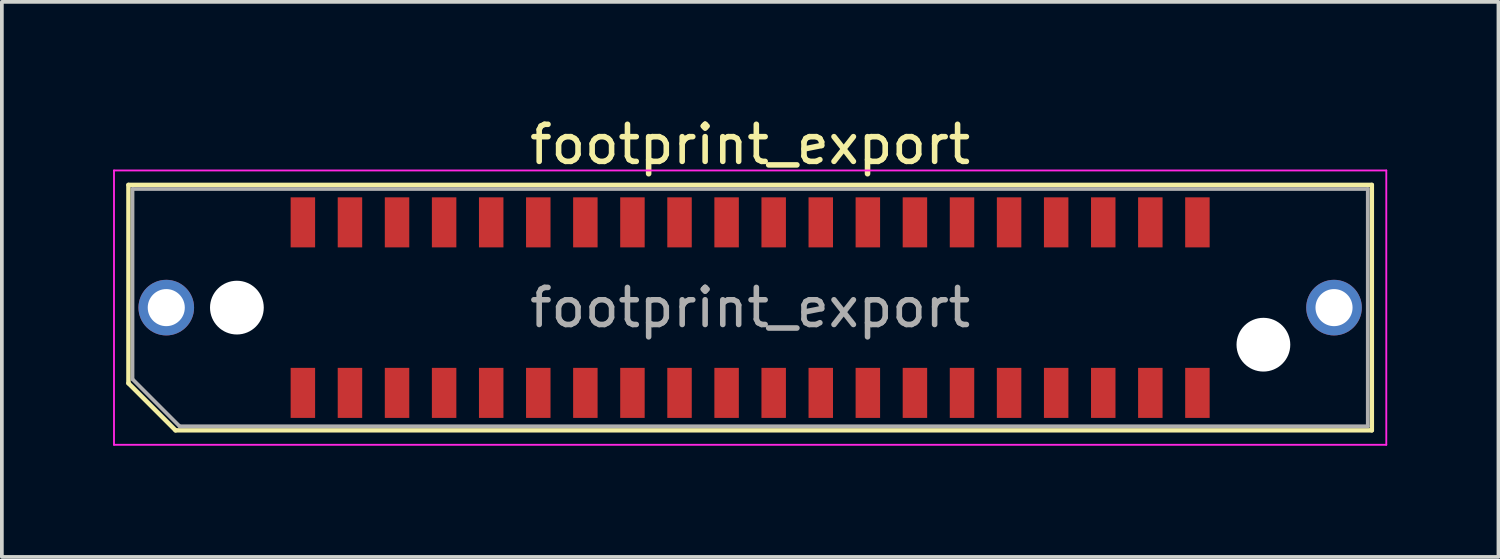
<source format=kicad_pcb>
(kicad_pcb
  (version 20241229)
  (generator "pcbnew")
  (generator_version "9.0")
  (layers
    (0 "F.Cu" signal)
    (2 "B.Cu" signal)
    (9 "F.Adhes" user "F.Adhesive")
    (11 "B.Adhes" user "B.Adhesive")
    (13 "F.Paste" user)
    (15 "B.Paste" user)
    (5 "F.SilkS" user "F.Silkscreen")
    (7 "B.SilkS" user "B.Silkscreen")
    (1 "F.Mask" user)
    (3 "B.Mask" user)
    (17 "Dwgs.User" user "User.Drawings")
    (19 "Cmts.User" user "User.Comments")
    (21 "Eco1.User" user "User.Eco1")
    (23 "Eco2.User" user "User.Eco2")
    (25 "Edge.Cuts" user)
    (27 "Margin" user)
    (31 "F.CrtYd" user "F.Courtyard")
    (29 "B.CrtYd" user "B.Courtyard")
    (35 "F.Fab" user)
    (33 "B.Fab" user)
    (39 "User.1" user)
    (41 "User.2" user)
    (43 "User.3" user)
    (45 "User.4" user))
  (footprint "footprint_export"
    (layer "F.Cu")
    (at 17.185 5.248)
    (property "Reference" "footprint_export" (at 0 -4.4 0) (layer "F.SilkS") (effects (font (size 1 1) (thickness 0.15))))
    (attr smd)
    (fp_line (start -16.77 -3.31) (end 16.77 -3.31) (stroke (width 0.12) (type solid)) (layer "F.SilkS"))
    (fp_line (start -16.77 2.04) (end -16.77 -3.31) (stroke (width 0.12) (type solid)) (layer "F.SilkS"))
    (fp_line (start -15.5 3.31) (end -16.77 2.04) (stroke (width 0.12) (type solid)) (layer "F.SilkS"))
    (fp_line (start -15.5 3.31) (end 16.77 3.31) (stroke (width 0.12) (type solid)) (layer "F.SilkS"))
    (fp_line (start 16.77 3.31) (end 16.77 -3.31) (stroke (width 0.12) (type solid)) (layer "F.SilkS"))
    (fp_line (start -17.16 -3.7) (end -17.16 3.7) (stroke (width 0.05) (type solid)) (layer "F.CrtYd"))
    (fp_line (start -17.16 3.7) (end 17.16 3.7) (stroke (width 0.05) (type solid)) (layer "F.CrtYd"))
    (fp_line (start 17.16 -3.7) (end -17.16 -3.7) (stroke (width 0.05) (type solid)) (layer "F.CrtYd"))
    (fp_line (start 17.16 3.7) (end 17.16 -3.7) (stroke (width 0.05) (type solid)) (layer "F.CrtYd"))
    (fp_line (start -16.66 -3.2) (end 16.66 -3.2) (stroke (width 0.1) (type solid)) (layer "F.Fab"))
    (fp_line (start -16.66 1.93) (end -16.66 -3.2) (stroke (width 0.1) (type solid)) (layer "F.Fab"))
    (fp_line (start -16.66 1.93) (end -15.39 3.2) (stroke (width 0.1) (type solid)) (layer "F.Fab"))
    (fp_line (start -15.39 3.2) (end 16.66 3.2) (stroke (width 0.1) (type solid)) (layer "F.Fab"))
    (fp_line (start 16.66 3.2) (end 16.66 -3.2) (stroke (width 0.1) (type solid)) (layer "F.Fab"))
    (fp_text user "${REFERENCE}" (at 0 0 0) (layer "F.Fab") (effects (font (size 1 1) (thickness 0.15))))
    (pad "" thru_hole circle (at -15.75 0) (size 1.5 1.5) (drill 1) (layers "*.Cu" "*.Mask"))
    (pad "" np_thru_hole circle (at -13.845 0) (size 1.45 1.45) (drill 1.45) (layers "*.Cu" "*.Mask"))
    (pad "" np_thru_hole circle (at 13.845 1) (size 1.45 1.45) (drill 1.45) (layers "*.Cu" "*.Mask"))
    (pad "" thru_hole circle (at 15.75 0) (size 1.5 1.5) (drill 1) (layers "*.Cu" "*.Mask"))
    (pad "1" smd rect (at -12.065 2.3) (size 0.66 1.35) (layers "F.Cu" "F.Mask" "F.Paste"))
    (pad "2" smd rect (at -12.065 -2.3) (size 0.66 1.35) (layers "F.Cu" "F.Mask" "F.Paste"))
    (pad "3" smd rect (at -10.795 2.3) (size 0.66 1.35) (layers "F.Cu" "F.Mask" "F.Paste"))
    (pad "4" smd rect (at -10.795 -2.3) (size 0.66 1.35) (layers "F.Cu" "F.Mask" "F.Paste"))
    (pad "5" smd rect (at -9.525 2.3) (size 0.66 1.35) (layers "F.Cu" "F.Mask" "F.Paste"))
    (pad "6" smd rect (at -9.525 -2.3) (size 0.66 1.35) (layers "F.Cu" "F.Mask" "F.Paste"))
    (pad "7" smd rect (at -8.255 2.3) (size 0.66 1.35) (layers "F.Cu" "F.Mask" "F.Paste"))
    (pad "8" smd rect (at -8.255 -2.3) (size 0.66 1.35) (layers "F.Cu" "F.Mask" "F.Paste"))
    (pad "9" smd rect (at -6.985 2.3) (size 0.66 1.35) (layers "F.Cu" "F.Mask" "F.Paste"))
    (pad "10" smd rect (at -6.985 -2.3) (size 0.66 1.35) (layers "F.Cu" "F.Mask" "F.Paste"))
    (pad "11" smd rect (at -5.715 2.3) (size 0.66 1.35) (layers "F.Cu" "F.Mask" "F.Paste"))
    (pad "12" smd rect (at -5.715 -2.3) (size 0.66 1.35) (layers "F.Cu" "F.Mask" "F.Paste"))
    (pad "13" smd rect (at -4.445 2.3) (size 0.66 1.35) (layers "F.Cu" "F.Mask" "F.Paste"))
    (pad "14" smd rect (at -4.445 -2.3) (size 0.66 1.35) (layers "F.Cu" "F.Mask" "F.Paste"))
    (pad "15" smd rect (at -3.175 2.3) (size 0.66 1.35) (layers "F.Cu" "F.Mask" "F.Paste"))
    (pad "16" smd rect (at -3.175 -2.3) (size 0.66 1.35) (layers "F.Cu" "F.Mask" "F.Paste"))
    (pad "17" smd rect (at -1.905 2.3) (size 0.66 1.35) (layers "F.Cu" "F.Mask" "F.Paste"))
    (pad "18" smd rect (at -1.905 -2.3) (size 0.66 1.35) (layers "F.Cu" "F.Mask" "F.Paste"))
    (pad "19" smd rect (at -0.635 2.3) (size 0.66 1.35) (layers "F.Cu" "F.Mask" "F.Paste"))
    (pad "20" smd rect (at -0.635 -2.3) (size 0.66 1.35) (layers "F.Cu" "F.Mask" "F.Paste"))
    (pad "21" smd rect (at 0.635 2.3) (size 0.66 1.35) (layers "F.Cu" "F.Mask" "F.Paste"))
    (pad "22" smd rect (at 0.635 -2.3) (size 0.66 1.35) (layers "F.Cu" "F.Mask" "F.Paste"))
    (pad "23" smd rect (at 1.905 2.3) (size 0.66 1.35) (layers "F.Cu" "F.Mask" "F.Paste"))
    (pad "24" smd rect (at 1.905 -2.3) (size 0.66 1.35) (layers "F.Cu" "F.Mask" "F.Paste"))
    (pad "25" smd rect (at 3.175 2.3) (size 0.66 1.35) (layers "F.Cu" "F.Mask" "F.Paste"))
    (pad "26" smd rect (at 3.175 -2.3) (size 0.66 1.35) (layers "F.Cu" "F.Mask" "F.Paste"))
    (pad "27" smd rect (at 4.445 2.3) (size 0.66 1.35) (layers "F.Cu" "F.Mask" "F.Paste"))
    (pad "28" smd rect (at 4.445 -2.3) (size 0.66 1.35) (layers "F.Cu" "F.Mask" "F.Paste"))
    (pad "29" smd rect (at 5.715 2.3) (size 0.66 1.35) (layers "F.Cu" "F.Mask" "F.Paste"))
    (pad "30" smd rect (at 5.715 -2.3) (size 0.66 1.35) (layers "F.Cu" "F.Mask" "F.Paste"))
    (pad "31" smd rect (at 6.985 2.3) (size 0.66 1.35) (layers "F.Cu" "F.Mask" "F.Paste"))
    (pad "32" smd rect (at 6.985 -2.3) (size 0.66 1.35) (layers "F.Cu" "F.Mask" "F.Paste"))
    (pad "33" smd rect (at 8.255 2.3) (size 0.66 1.35) (layers "F.Cu" "F.Mask" "F.Paste"))
    (pad "34" smd rect (at 8.255 -2.3) (size 0.66 1.35) (layers "F.Cu" "F.Mask" "F.Paste"))
    (pad "35" smd rect (at 9.525 2.3) (size 0.66 1.35) (layers "F.Cu" "F.Mask" "F.Paste"))
    (pad "36" smd rect (at 9.525 -2.3) (size 0.66 1.35) (layers "F.Cu" "F.Mask" "F.Paste"))
    (pad "37" smd rect (at 10.795 2.3) (size 0.66 1.35) (layers "F.Cu" "F.Mask" "F.Paste"))
    (pad "38" smd rect (at 10.795 -2.3) (size 0.66 1.35) (layers "F.Cu" "F.Mask" "F.Paste"))
    (pad "39" smd rect (at 12.065 2.3) (size 0.66 1.35) (layers "F.Cu" "F.Mask" "F.Paste"))
    (pad "40" smd rect (at 12.065 -2.3) (size 0.66 1.35) (layers "F.Cu" "F.Mask" "F.Paste")))
  (gr_rect
    (start -3 -3)
    (end 37.37 11.973)
    (stroke (width 0.1) (type default))
    (fill no)
    (layer "Edge.Cuts")))
</source>
